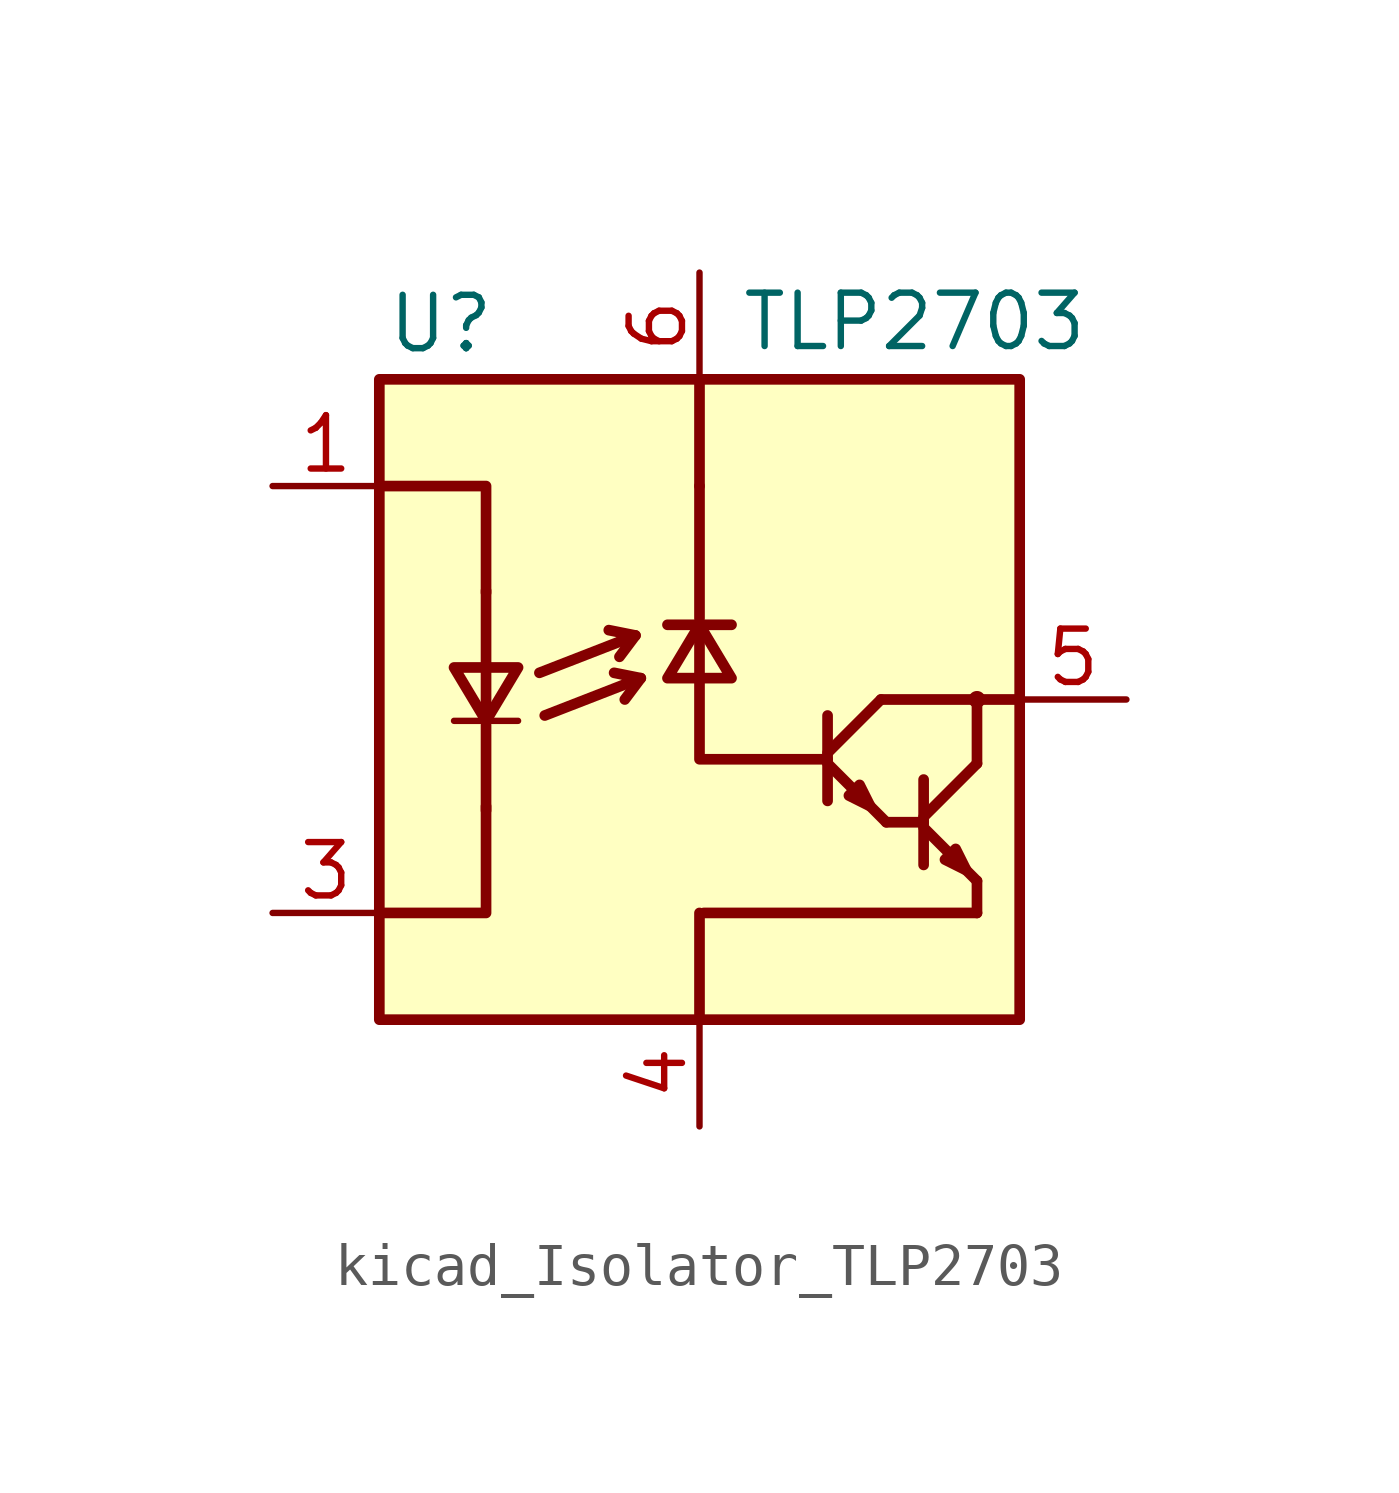
<source format=kicad_sym>
(kicad_symbol_lib
  (version 20220914)
  (generator kicad_symbol_editor)
  (symbol "kicad_Isolator_TLP2703"
    (pin_names
      (offset 1.016) hide)
    (property "Reference" "U"
      (at -7.468 8.941 0)
      (effects (font (size 1.27 1.27)) (justify left)))
    (property "Value" "TLP2703"
      (at 0.965 8.992 0)
      (effects (font (size 1.27 1.27)) (justify left)))
    (symbol "kicad_Isolator_TLP2703_0_1"
      (rectangle (start -7.62 7.62) (end 7.62 -7.62) (stroke (width 0.254) (type default)) (fill (type background)))
      (polyline (pts (xy -5.842 -0.508) (xy -4.318 -0.508)) (stroke (width 0) (type default)) (fill (type none)))
      (polyline (pts (xy -5.08 -2.642) (xy -5.08 -0.61)) (stroke (width 0.254) (type default)) (fill (type none)))
      (polyline (pts (xy -5.08 0.762) (xy -5.08 -0.508)) (stroke (width 0.254) (type default)) (fill (type none)))
      (polyline (pts (xy -5.08 2.591) (xy -5.08 0.864)) (stroke (width 0.254) (type default)) (fill (type none)))
      (polyline (pts (xy -1.524 1.524) (xy -1.905 1.016)) (stroke (width 0.254) (type default)) (fill (type none)))
      (polyline (pts (xy -1.397 0.508) (xy -1.778 0)) (stroke (width 0.254) (type default)) (fill (type none)))
      (polyline (pts (xy -0.762 1.778) (xy 0.762 1.778)) (stroke (width 0.254) (type default)) (fill (type none)))
      (polyline (pts (xy 0 -7.62) (xy 0 -5.08)) (stroke (width 0.254) (type default)) (fill (type none)))
      (polyline (pts (xy 0 1.778) (xy 0 0.508)) (stroke (width 0.254) (type default)) (fill (type none)))
      (polyline (pts (xy 0 1.93) (xy 0 5.08)) (stroke (width 0.254) (type default)) (fill (type none)))
      (polyline (pts (xy 0 7.62) (xy 0 5.08)) (stroke (width 0.254) (type default)) (fill (type none)))
      (polyline (pts (xy 0.102 -5.08) (xy 6.604 -5.08)) (stroke (width 0.254) (type default)) (fill (type none)))
      (polyline (pts (xy 3.048 -1.524) (xy 4.445 -2.921)) (stroke (width 0.254) (type default)) (fill (type none)))
      (polyline (pts (xy 3.048 -1.27) (xy 4.318 0)) (stroke (width 0.254) (type default)) (fill (type none)))
      (polyline (pts (xy 3.048 -0.381) (xy 3.048 -2.413)) (stroke (width 0.254) (type default)) (fill (type none)))
      (polyline (pts (xy 4.318 0) (xy 7.62 0)) (stroke (width 0.254) (type default)) (fill (type none)))
      (polyline (pts (xy 5.334 -3.048) (xy 6.604 -4.318)) (stroke (width 0.254) (type default)) (fill (type none)))
      (polyline (pts (xy 5.334 -2.921) (xy 4.445 -2.921)) (stroke (width 0.254) (type default)) (fill (type none)))
      (polyline (pts (xy 5.334 -2.794) (xy 6.604 -1.524)) (stroke (width 0.254) (type default)) (fill (type none)))
      (polyline (pts (xy 6.604 -4.318) (xy 6.604 -5.08)) (stroke (width 0.254) (type default)) (fill (type none)))
      (polyline (pts (xy 6.604 -1.524) (xy 6.604 0)) (stroke (width 0.254) (type default)) (fill (type none)))
      (polyline (pts (xy -7.62 -5.08) (xy -5.08 -5.08) (xy -5.08 -2.54)) (stroke (width 0.254) (type default)) (fill (type none)))
      (polyline (pts (xy -7.62 5.08) (xy -5.08 5.08) (xy -5.08 2.54)) (stroke (width 0.254) (type default)) (fill (type none)))
      (polyline (pts (xy -3.81 0.635) (xy -1.524 1.524) (xy -2.159 1.651)) (stroke (width 0.254) (type default)) (fill (type none)))
      (polyline (pts (xy -3.683 -0.381) (xy -1.397 0.508) (xy -2.032 0.635)) (stroke (width 0.254) (type default)) (fill (type none)))
      (polyline (pts (xy 0 0.508) (xy 0 -1.422) (xy 3.048 -1.422)) (stroke (width 0.254) (type default)) (fill (type none)))
      (polyline (pts (xy 5.334 -1.905) (xy 5.334 -3.937) (xy 5.334 -3.937)) (stroke (width 0.254) (type default)) (fill (type none)))
      (polyline (pts (xy -5.842 0.762) (xy -4.318 0.762) (xy -5.08 -0.508) (xy -5.842 0.762)) (stroke (width 0.254) (type default)) (fill (type none)))
      (polyline (pts (xy 0 1.778) (xy -0.762 0.508) (xy 0.762 0.508) (xy 0 1.778)) (stroke (width 0.254) (type default)) (fill (type none)))
      (polyline (pts (xy 4.064 -2.54) (xy 3.81 -2.032) (xy 3.556 -2.286) (xy 4.064 -2.54)) (stroke (width 0.254) (type default)) (fill (type none)))
      (polyline (pts (xy 6.35 -4.064) (xy 6.096 -3.556) (xy 5.842 -3.81) (xy 6.35 -4.064)) (stroke (width 0.254) (type default)) (fill (type none)))
      (circle (center 6.604 0) (radius 0.127) (stroke (width 0) (type default)) (fill (type none))))
    (symbol "kicad_Isolator_TLP2703_1_1"
      (pin passive line (at -10.16 5.08 0) (length 2.54) (name "A" (effects (font (size 1.27 1.27)))) (number "1" (effects (font (size 1.27 1.27)))))
      (pin no_connect line (at -7.62 0 0) (length 2.54) hide (name "NC" (effects (font (size 1.27 1.27)))) (number "2" (effects (font (size 1.27 1.27)))))
      (pin passive line (at -10.16 -5.08 0) (length 2.54) (name "K" (effects (font (size 1.27 1.27)))) (number "3" (effects (font (size 1.27 1.27)))))
      (pin power_in line (at 0 -10.16 90) (length 2.54) (name "GND" (effects (font (size 1.27 1.27)))) (number "4" (effects (font (size 1.27 1.27)))))
      (pin open_collector line (at 10.16 0 180) (length 2.54) (name "Out" (effects (font (size 1.27 1.27)))) (number "5" (effects (font (size 1.27 1.27)))))
      (pin power_in line (at 0 10.16 270) (length 2.54) (name "VCC" (effects (font (size 1.27 1.27)))) (number "6" (effects (font (size 1.27 1.27))))))))
</source>
